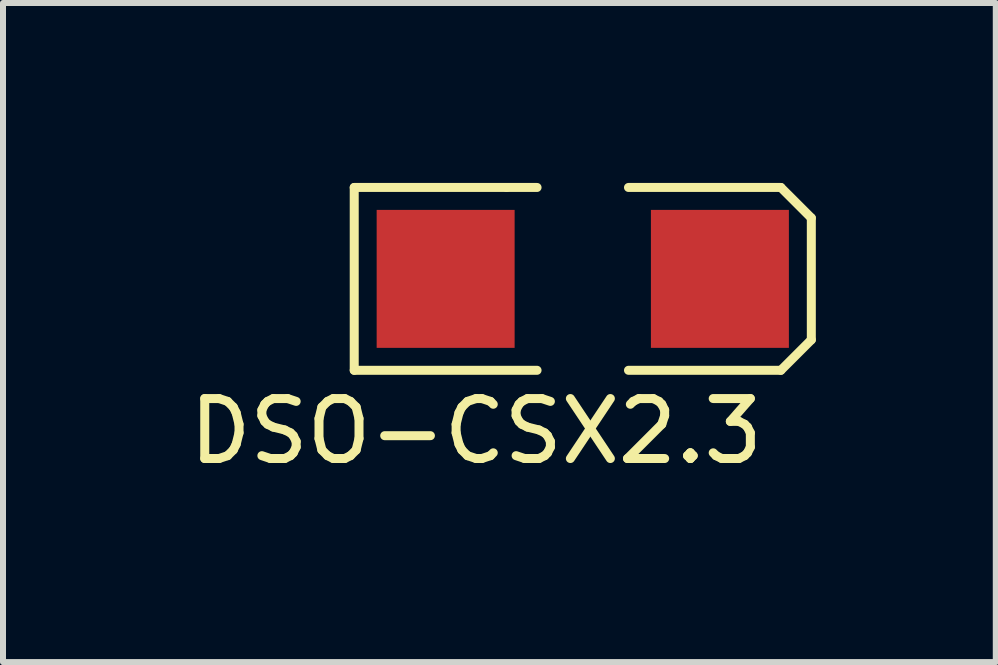
<source format=kicad_pcb>
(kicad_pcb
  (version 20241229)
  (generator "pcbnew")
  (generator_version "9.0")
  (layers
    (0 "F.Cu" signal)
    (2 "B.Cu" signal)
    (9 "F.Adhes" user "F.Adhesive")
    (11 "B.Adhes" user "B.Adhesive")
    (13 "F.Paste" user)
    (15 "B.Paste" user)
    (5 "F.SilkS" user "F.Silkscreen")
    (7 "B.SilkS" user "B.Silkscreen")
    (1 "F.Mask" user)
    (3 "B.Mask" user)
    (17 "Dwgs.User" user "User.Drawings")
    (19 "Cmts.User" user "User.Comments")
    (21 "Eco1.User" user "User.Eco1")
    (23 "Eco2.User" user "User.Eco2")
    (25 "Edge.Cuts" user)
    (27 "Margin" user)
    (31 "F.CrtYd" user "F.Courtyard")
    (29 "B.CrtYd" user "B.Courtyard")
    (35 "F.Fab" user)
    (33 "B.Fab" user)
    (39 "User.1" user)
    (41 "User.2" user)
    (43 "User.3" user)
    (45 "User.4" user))
  (footprint "DSO-CSX2.3"
    (layer "F.Cu")
    (at 4.379 1.599)
    (property "Reference" "DSO-CSX2.3" (at 0.508 2.54 0) (layer "F.SilkS") (effects (font (size 1 1) (thickness 0.15))))
    (attr through_hole)
    (fp_line (start -1.524 -1.524) (end -1.524 1.524) (stroke (width 0.15) (type solid)) (layer "F.SilkS"))
    (fp_line (start -1.524 1.524) (end 1.524 1.524) (stroke (width 0.15) (type solid)) (layer "F.SilkS"))
    (fp_line (start 1.016 -1.524) (end -1.524 -1.524) (stroke (width 0.15) (type solid)) (layer "F.SilkS"))
    (fp_line (start 1.016 -1.524) (end 1.524 -1.524) (stroke (width 0.15) (type solid)) (layer "F.SilkS"))
    (fp_line (start 3.048 -1.524) (end 5.588 -1.524) (stroke (width 0.15) (type solid)) (layer "F.SilkS"))
    (fp_line (start 5.588 -1.524) (end 6.096 -1.016) (stroke (width 0.15) (type solid)) (layer "F.SilkS"))
    (fp_line (start 5.588 1.524) (end 3.048 1.524) (stroke (width 0.15) (type solid)) (layer "F.SilkS"))
    (fp_line (start 6.096 -1.016) (end 6.096 1.016) (stroke (width 0.15) (type solid)) (layer "F.SilkS"))
    (fp_line (start 6.096 1.016) (end 5.588 1.524) (stroke (width 0.15) (type solid)) (layer "F.SilkS"))
    (pad "1" smd rect (at 0 0) (size 2.3 2.3) (layers "F.Cu" "F.Mask" "F.Paste"))
    (pad "2" smd rect (at 4.572 0) (size 2.3 2.3) (layers "F.Cu" "F.Mask" "F.Paste")))
  (gr_rect
    (start -3 -3)
    (end 13.55 7.987)
    (stroke (width 0.1) (type default))
    (fill no)
    (layer "Edge.Cuts")))
</source>
